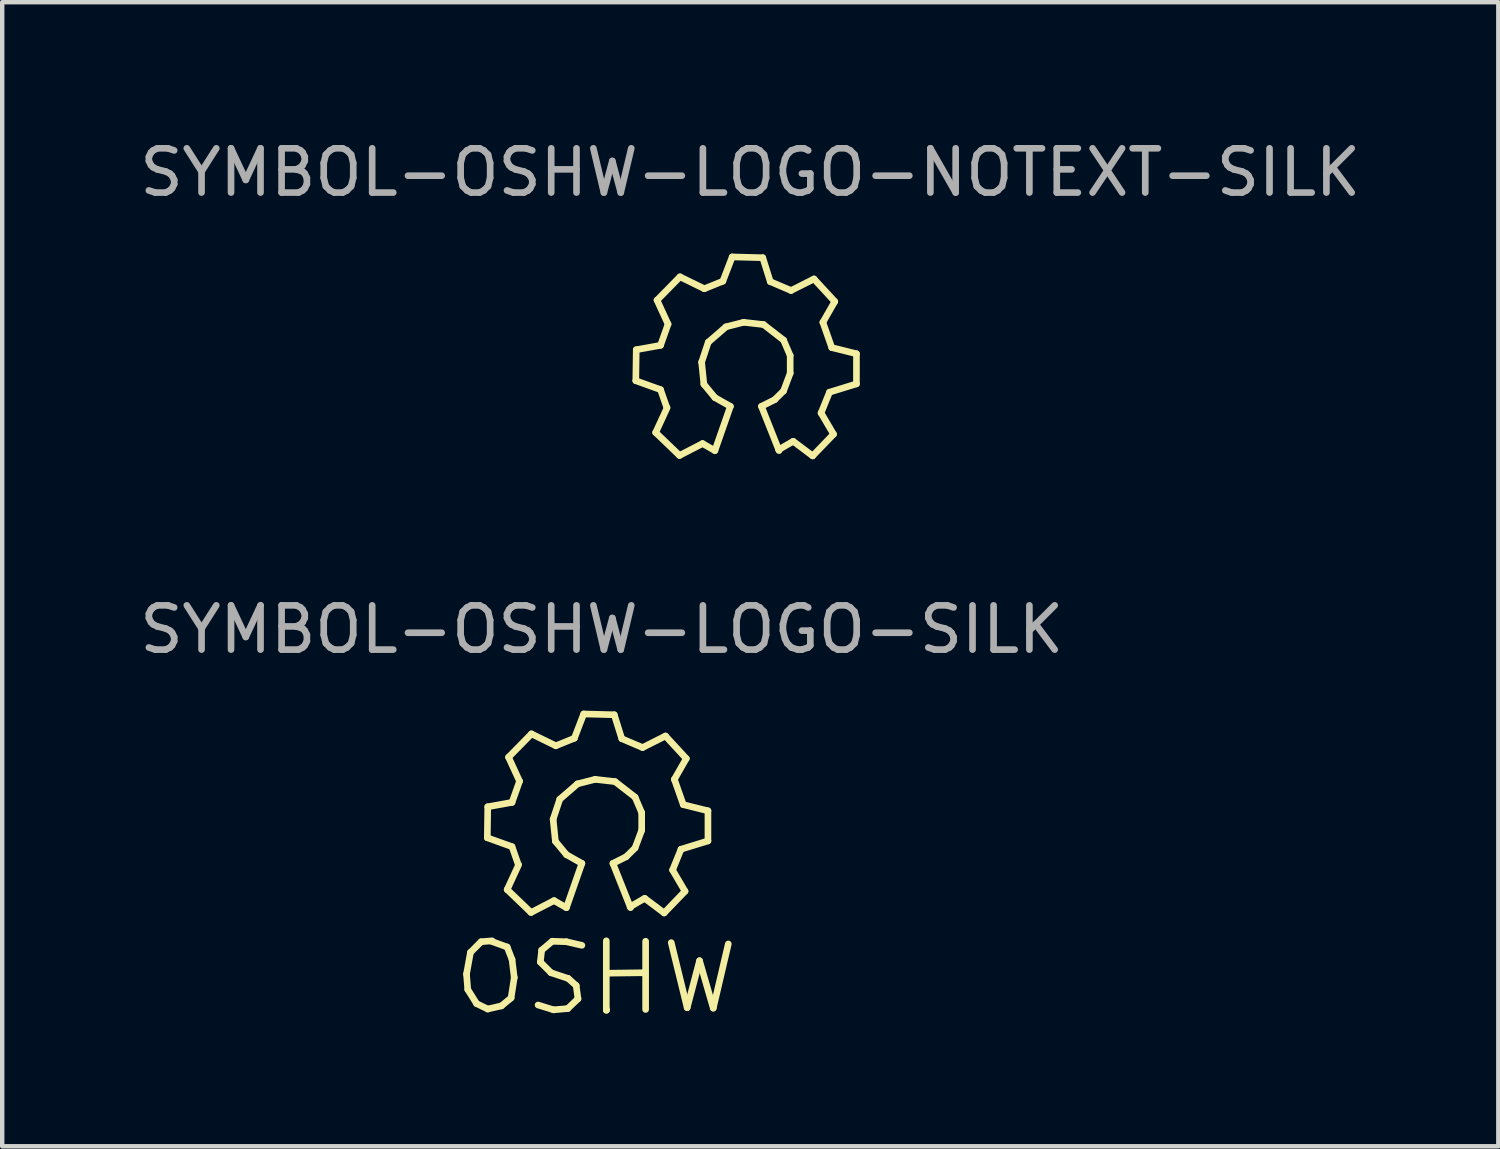
<source format=kicad_pcb>
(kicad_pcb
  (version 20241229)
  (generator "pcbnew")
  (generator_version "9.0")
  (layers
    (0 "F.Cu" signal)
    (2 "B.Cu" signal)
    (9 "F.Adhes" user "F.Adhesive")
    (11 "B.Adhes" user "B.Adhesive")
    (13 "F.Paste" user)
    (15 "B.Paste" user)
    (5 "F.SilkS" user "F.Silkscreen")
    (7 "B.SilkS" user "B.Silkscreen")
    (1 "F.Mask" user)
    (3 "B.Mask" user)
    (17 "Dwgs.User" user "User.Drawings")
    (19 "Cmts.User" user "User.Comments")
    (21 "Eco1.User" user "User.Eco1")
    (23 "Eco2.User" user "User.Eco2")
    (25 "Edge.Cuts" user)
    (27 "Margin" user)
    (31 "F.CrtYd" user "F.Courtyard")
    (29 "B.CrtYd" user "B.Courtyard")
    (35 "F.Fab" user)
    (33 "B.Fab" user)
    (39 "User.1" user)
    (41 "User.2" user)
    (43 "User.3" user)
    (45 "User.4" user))
  (footprint "SYMBOL-OSHW-LOGO-SILK"
    (layer "F.Cu")
    (at 10.455 15.569)
    (property "Reference" "SYMBOL-OSHW-LOGO-SILK" (at 0.099 -4.389 0) (layer "F.Fab") (effects (font (size 1 1) (thickness 0.15))))
    (attr through_hole)
    (fp_line (start -2.959 3.401) (end -2.931 3.749) (stroke (width 0.15) (type solid)) (layer "F.SilkS"))
    (fp_line (start -2.931 3.749) (end -2.731 4.069) (stroke (width 0.15) (type solid)) (layer "F.SilkS"))
    (fp_line (start -2.87 2.911) (end -2.959 3.401) (stroke (width 0.15) (type solid)) (layer "F.SilkS"))
    (fp_line (start -2.731 4.069) (end -2.479 4.191) (stroke (width 0.15) (type solid)) (layer "F.SilkS"))
    (fp_line (start -2.629 2.67) (end -2.87 2.911) (stroke (width 0.15) (type solid)) (layer "F.SilkS"))
    (fp_line (start -2.489 0.32) (end -1.93 0.521) (stroke (width 0.15) (type solid)) (layer "F.SilkS"))
    (fp_line (start -2.479 -0.381) (end -2.489 0.32) (stroke (width 0.15) (type solid)) (layer "F.SilkS"))
    (fp_line (start -2.479 4.191) (end -2.169 4.12) (stroke (width 0.15) (type solid)) (layer "F.SilkS"))
    (fp_line (start -2.38 2.649) (end -2.629 2.67) (stroke (width 0.15) (type solid)) (layer "F.SilkS"))
    (fp_line (start -2.169 4.12) (end -1.951 3.94) (stroke (width 0.15) (type solid)) (layer "F.SilkS"))
    (fp_line (start -2.04 1.491) (end -1.501 2.009) (stroke (width 0.15) (type solid)) (layer "F.SilkS"))
    (fp_line (start -2.04 2.789) (end -2.4 2.659) (stroke (width 0.15) (type solid)) (layer "F.SilkS"))
    (fp_line (start -2.009 -1.501) (end -1.76 -0.96) (stroke (width 0.15) (type solid)) (layer "F.SilkS"))
    (fp_line (start -1.951 3.94) (end -1.88 3.48) (stroke (width 0.15) (type solid)) (layer "F.SilkS"))
    (fp_line (start -1.93 -0.48) (end -2.479 -0.381) (stroke (width 0.15) (type solid)) (layer "F.SilkS"))
    (fp_line (start -1.93 0.521) (end -1.791 0.919) (stroke (width 0.15) (type solid)) (layer "F.SilkS"))
    (fp_line (start -1.93 3.071) (end -2.04 2.789) (stroke (width 0.15) (type solid)) (layer "F.SilkS"))
    (fp_line (start -1.88 3.48) (end -1.93 3.071) (stroke (width 0.15) (type solid)) (layer "F.SilkS"))
    (fp_line (start -1.781 0.93) (end -2.04 1.491) (stroke (width 0.15) (type solid)) (layer "F.SilkS"))
    (fp_line (start -1.76 -0.96) (end -1.93 -0.48) (stroke (width 0.15) (type solid)) (layer "F.SilkS"))
    (fp_line (start -1.501 2.009) (end -0.98 1.74) (stroke (width 0.15) (type solid)) (layer "F.SilkS"))
    (fp_line (start -1.491 -2.029) (end -2.009 -1.501) (stroke (width 0.15) (type solid)) (layer "F.SilkS"))
    (fp_line (start -1.29 3.129) (end -1.049 3.371) (stroke (width 0.15) (type solid)) (layer "F.SilkS"))
    (fp_line (start -1.26 2.86) (end -1.29 3.129) (stroke (width 0.15) (type solid)) (layer "F.SilkS"))
    (fp_line (start -1.049 3.371) (end -0.66 3.5) (stroke (width 0.15) (type solid)) (layer "F.SilkS"))
    (fp_line (start -1.021 2.659) (end -1.26 2.86) (stroke (width 0.15) (type solid)) (layer "F.SilkS"))
    (fp_line (start -1.001 -0.099) (end -0.95 0.399) (stroke (width 0.15) (type solid)) (layer "F.SilkS"))
    (fp_line (start -0.991 4.209) (end -1.341 4.1) (stroke (width 0.15) (type solid)) (layer "F.SilkS"))
    (fp_line (start -0.98 1.74) (end -0.701 1.9) (stroke (width 0.15) (type solid)) (layer "F.SilkS"))
    (fp_line (start -0.95 0.399) (end -0.701 0.701) (stroke (width 0.15) (type solid)) (layer "F.SilkS"))
    (fp_line (start -0.94 -1.76) (end -1.491 -2.029) (stroke (width 0.15) (type solid)) (layer "F.SilkS"))
    (fp_line (start -0.851 -0.551) (end -1.001 -0.099) (stroke (width 0.15) (type solid)) (layer "F.SilkS"))
    (fp_line (start -0.701 0.701) (end -0.351 0.899) (stroke (width 0.15) (type solid)) (layer "F.SilkS"))
    (fp_line (start -0.701 2.67) (end -1.021 2.659) (stroke (width 0.15) (type solid)) (layer "F.SilkS"))
    (fp_line (start -0.671 4.181) (end -0.991 4.209) (stroke (width 0.15) (type solid)) (layer "F.SilkS"))
    (fp_line (start -0.66 3.5) (end -0.48 3.66) (stroke (width 0.15) (type solid)) (layer "F.SilkS"))
    (fp_line (start -0.521 -1.93) (end -0.94 -1.76) (stroke (width 0.15) (type solid)) (layer "F.SilkS"))
    (fp_line (start -0.48 3.66) (end -0.439 3.96) (stroke (width 0.15) (type solid)) (layer "F.SilkS"))
    (fp_line (start -0.45 -0.899) (end -0.851 -0.551) (stroke (width 0.15) (type solid)) (layer "F.SilkS"))
    (fp_line (start -0.439 3.96) (end -0.671 4.181) (stroke (width 0.15) (type solid)) (layer "F.SilkS"))
    (fp_line (start -0.351 0.899) (end -0.701 1.9) (stroke (width 0.15) (type solid)) (layer "F.SilkS"))
    (fp_line (start -0.351 2.751) (end -0.701 2.67) (stroke (width 0.15) (type solid)) (layer "F.SilkS"))
    (fp_line (start -0.31 -2.479) (end -0.521 -1.93) (stroke (width 0.15) (type solid)) (layer "F.SilkS"))
    (fp_line (start -0.051 -1.001) (end -0.45 -0.899) (stroke (width 0.15) (type solid)) (layer "F.SilkS"))
    (fp_line (start 0.201 2.649) (end 0.201 4.219) (stroke (width 0.15) (type solid)) (layer "F.SilkS"))
    (fp_line (start 0.201 4.219) (end 0.211 4.209) (stroke (width 0.15) (type solid)) (layer "F.SilkS"))
    (fp_line (start 0.249 3.381) (end 1.039 3.371) (stroke (width 0.15) (type solid)) (layer "F.SilkS"))
    (fp_line (start 0.351 0.899) (end 0.65 0.749) (stroke (width 0.15) (type solid)) (layer "F.SilkS"))
    (fp_line (start 0.351 0.899) (end 0.749 1.9) (stroke (width 0.15) (type solid)) (layer "F.SilkS"))
    (fp_line (start 0.381 -2.461) (end -0.31 -2.479) (stroke (width 0.15) (type solid)) (layer "F.SilkS"))
    (fp_line (start 0.399 -0.95) (end -0.051 -1.001) (stroke (width 0.15) (type solid)) (layer "F.SilkS"))
    (fp_line (start 0.551 -1.92) (end 0.381 -2.461) (stroke (width 0.15) (type solid)) (layer "F.SilkS"))
    (fp_line (start 0.65 0.749) (end 0.851 0.551) (stroke (width 0.15) (type solid)) (layer "F.SilkS"))
    (fp_line (start 0.739 1.88) (end 1.069 1.689) (stroke (width 0.15) (type solid)) (layer "F.SilkS"))
    (fp_line (start 0.851 -0.599) (end 0.399 -0.95) (stroke (width 0.15) (type solid)) (layer "F.SilkS"))
    (fp_line (start 0.851 0.551) (end 1.001 0.15) (stroke (width 0.15) (type solid)) (layer "F.SilkS"))
    (fp_line (start 1.001 -0.249) (end 0.851 -0.599) (stroke (width 0.15) (type solid)) (layer "F.SilkS"))
    (fp_line (start 1.001 0.15) (end 1.001 -0.249) (stroke (width 0.15) (type solid)) (layer "F.SilkS"))
    (fp_line (start 1.021 -1.72) (end 0.551 -1.92) (stroke (width 0.15) (type solid)) (layer "F.SilkS"))
    (fp_line (start 1.039 3.371) (end 1.049 3.381) (stroke (width 0.15) (type solid)) (layer "F.SilkS"))
    (fp_line (start 1.049 3.381) (end 1.049 3.371) (stroke (width 0.15) (type solid)) (layer "F.SilkS"))
    (fp_line (start 1.069 1.689) (end 1.509 2.019) (stroke (width 0.15) (type solid)) (layer "F.SilkS"))
    (fp_line (start 1.09 2.659) (end 1.09 4.201) (stroke (width 0.15) (type solid)) (layer "F.SilkS"))
    (fp_line (start 1.509 2.019) (end 1.981 1.529) (stroke (width 0.15) (type solid)) (layer "F.SilkS"))
    (fp_line (start 1.539 -1.981) (end 1.021 -1.72) (stroke (width 0.15) (type solid)) (layer "F.SilkS"))
    (fp_line (start 1.669 2.69) (end 2.029 4.161) (stroke (width 0.15) (type solid)) (layer "F.SilkS"))
    (fp_line (start 1.699 1.049) (end 1.89 0.579) (stroke (width 0.15) (type solid)) (layer "F.SilkS"))
    (fp_line (start 1.74 -1.001) (end 2.009 -1.471) (stroke (width 0.15) (type solid)) (layer "F.SilkS"))
    (fp_line (start 1.89 0.579) (end 2.499 0.391) (stroke (width 0.15) (type solid)) (layer "F.SilkS"))
    (fp_line (start 1.941 -0.429) (end 1.74 -1.001) (stroke (width 0.15) (type solid)) (layer "F.SilkS"))
    (fp_line (start 1.981 1.529) (end 1.699 1.049) (stroke (width 0.15) (type solid)) (layer "F.SilkS"))
    (fp_line (start 2.009 -1.471) (end 1.539 -1.981) (stroke (width 0.15) (type solid)) (layer "F.SilkS"))
    (fp_line (start 2.029 4.161) (end 2.309 3.099) (stroke (width 0.15) (type solid)) (layer "F.SilkS"))
    (fp_line (start 2.309 3.099) (end 2.619 4.171) (stroke (width 0.15) (type solid)) (layer "F.SilkS"))
    (fp_line (start 2.499 -0.29) (end 1.941 -0.429) (stroke (width 0.15) (type solid)) (layer "F.SilkS"))
    (fp_line (start 2.499 0.391) (end 2.499 -0.29) (stroke (width 0.15) (type solid)) (layer "F.SilkS"))
    (fp_line (start 2.619 4.171) (end 2.959 2.72) (stroke (width 0.15) (type solid)) (layer "F.SilkS")))
  (footprint "SYMBOL-OSHW-LOGO-NOTEXT-SILK"
    (layer "F.Cu")
    (at 13.812 5.237)
    (property "Reference" "SYMBOL-OSHW-LOGO-NOTEXT-SILK" (at 0.099 -4.389 0) (layer "F.Fab") (effects (font (size 1 1) (thickness 0.15))))
    (attr through_hole)
    (fp_line (start -2.489 0.32) (end -1.93 0.521) (stroke (width 0.15) (type solid)) (layer "F.SilkS"))
    (fp_line (start -2.479 -0.381) (end -2.489 0.32) (stroke (width 0.15) (type solid)) (layer "F.SilkS"))
    (fp_line (start -2.04 1.491) (end -1.501 2.009) (stroke (width 0.15) (type solid)) (layer "F.SilkS"))
    (fp_line (start -2.009 -1.501) (end -1.76 -0.96) (stroke (width 0.15) (type solid)) (layer "F.SilkS"))
    (fp_line (start -1.93 -0.48) (end -2.479 -0.381) (stroke (width 0.15) (type solid)) (layer "F.SilkS"))
    (fp_line (start -1.93 0.521) (end -1.791 0.919) (stroke (width 0.15) (type solid)) (layer "F.SilkS"))
    (fp_line (start -1.781 0.93) (end -2.04 1.491) (stroke (width 0.15) (type solid)) (layer "F.SilkS"))
    (fp_line (start -1.76 -0.96) (end -1.93 -0.48) (stroke (width 0.15) (type solid)) (layer "F.SilkS"))
    (fp_line (start -1.501 2.009) (end -0.98 1.74) (stroke (width 0.15) (type solid)) (layer "F.SilkS"))
    (fp_line (start -1.491 -2.029) (end -2.009 -1.501) (stroke (width 0.15) (type solid)) (layer "F.SilkS"))
    (fp_line (start -1.001 -0.099) (end -0.95 0.399) (stroke (width 0.15) (type solid)) (layer "F.SilkS"))
    (fp_line (start -0.98 1.74) (end -0.701 1.9) (stroke (width 0.15) (type solid)) (layer "F.SilkS"))
    (fp_line (start -0.95 0.399) (end -0.701 0.701) (stroke (width 0.15) (type solid)) (layer "F.SilkS"))
    (fp_line (start -0.94 -1.76) (end -1.491 -2.029) (stroke (width 0.15) (type solid)) (layer "F.SilkS"))
    (fp_line (start -0.851 -0.551) (end -1.001 -0.099) (stroke (width 0.15) (type solid)) (layer "F.SilkS"))
    (fp_line (start -0.701 0.701) (end -0.351 0.899) (stroke (width 0.15) (type solid)) (layer "F.SilkS"))
    (fp_line (start -0.521 -1.93) (end -0.94 -1.76) (stroke (width 0.15) (type solid)) (layer "F.SilkS"))
    (fp_line (start -0.45 -0.899) (end -0.851 -0.551) (stroke (width 0.15) (type solid)) (layer "F.SilkS"))
    (fp_line (start -0.351 0.899) (end -0.701 1.9) (stroke (width 0.15) (type solid)) (layer "F.SilkS"))
    (fp_line (start -0.31 -2.479) (end -0.521 -1.93) (stroke (width 0.15) (type solid)) (layer "F.SilkS"))
    (fp_line (start -0.051 -1.001) (end -0.45 -0.899) (stroke (width 0.15) (type solid)) (layer "F.SilkS"))
    (fp_line (start 0.351 0.899) (end 0.65 0.749) (stroke (width 0.15) (type solid)) (layer "F.SilkS"))
    (fp_line (start 0.351 0.899) (end 0.749 1.9) (stroke (width 0.15) (type solid)) (layer "F.SilkS"))
    (fp_line (start 0.381 -2.461) (end -0.31 -2.479) (stroke (width 0.15) (type solid)) (layer "F.SilkS"))
    (fp_line (start 0.399 -0.95) (end -0.051 -1.001) (stroke (width 0.15) (type solid)) (layer "F.SilkS"))
    (fp_line (start 0.551 -1.92) (end 0.381 -2.461) (stroke (width 0.15) (type solid)) (layer "F.SilkS"))
    (fp_line (start 0.65 0.749) (end 0.851 0.551) (stroke (width 0.15) (type solid)) (layer "F.SilkS"))
    (fp_line (start 0.739 1.88) (end 1.069 1.689) (stroke (width 0.15) (type solid)) (layer "F.SilkS"))
    (fp_line (start 0.851 -0.599) (end 0.399 -0.95) (stroke (width 0.15) (type solid)) (layer "F.SilkS"))
    (fp_line (start 0.851 0.551) (end 1.001 0.15) (stroke (width 0.15) (type solid)) (layer "F.SilkS"))
    (fp_line (start 1.001 -0.249) (end 0.851 -0.599) (stroke (width 0.15) (type solid)) (layer "F.SilkS"))
    (fp_line (start 1.001 0.15) (end 1.001 -0.249) (stroke (width 0.15) (type solid)) (layer "F.SilkS"))
    (fp_line (start 1.021 -1.72) (end 0.551 -1.92) (stroke (width 0.15) (type solid)) (layer "F.SilkS"))
    (fp_line (start 1.069 1.689) (end 1.509 2.019) (stroke (width 0.15) (type solid)) (layer "F.SilkS"))
    (fp_line (start 1.509 2.019) (end 1.981 1.529) (stroke (width 0.15) (type solid)) (layer "F.SilkS"))
    (fp_line (start 1.539 -1.981) (end 1.021 -1.72) (stroke (width 0.15) (type solid)) (layer "F.SilkS"))
    (fp_line (start 1.699 1.049) (end 1.89 0.579) (stroke (width 0.15) (type solid)) (layer "F.SilkS"))
    (fp_line (start 1.74 -1.001) (end 2.009 -1.471) (stroke (width 0.15) (type solid)) (layer "F.SilkS"))
    (fp_line (start 1.89 0.579) (end 2.499 0.391) (stroke (width 0.15) (type solid)) (layer "F.SilkS"))
    (fp_line (start 1.941 -0.429) (end 1.74 -1.001) (stroke (width 0.15) (type solid)) (layer "F.SilkS"))
    (fp_line (start 1.981 1.529) (end 1.699 1.049) (stroke (width 0.15) (type solid)) (layer "F.SilkS"))
    (fp_line (start 2.009 -1.471) (end 1.539 -1.981) (stroke (width 0.15) (type solid)) (layer "F.SilkS"))
    (fp_line (start 2.499 -0.29) (end 1.941 -0.429) (stroke (width 0.15) (type solid)) (layer "F.SilkS"))
    (fp_line (start 2.499 0.391) (end 2.499 -0.29) (stroke (width 0.15) (type solid)) (layer "F.SilkS")))
  (gr_rect
    (start -3 -3)
    (end 30.821 22.863)
    (stroke (width 0.1) (type default))
    (fill no)
    (layer "Edge.Cuts")))
</source>
